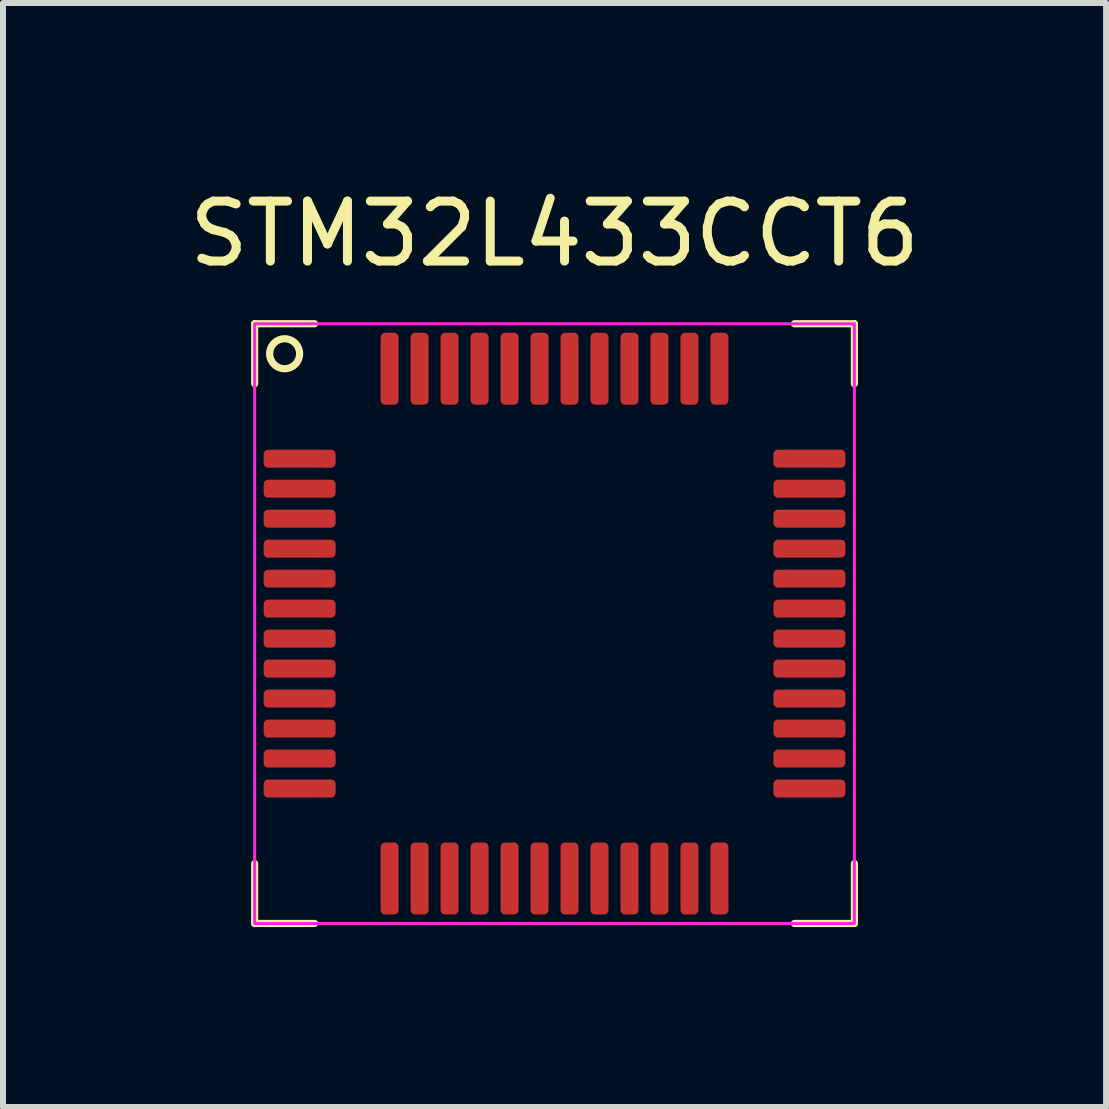
<source format=kicad_pcb>
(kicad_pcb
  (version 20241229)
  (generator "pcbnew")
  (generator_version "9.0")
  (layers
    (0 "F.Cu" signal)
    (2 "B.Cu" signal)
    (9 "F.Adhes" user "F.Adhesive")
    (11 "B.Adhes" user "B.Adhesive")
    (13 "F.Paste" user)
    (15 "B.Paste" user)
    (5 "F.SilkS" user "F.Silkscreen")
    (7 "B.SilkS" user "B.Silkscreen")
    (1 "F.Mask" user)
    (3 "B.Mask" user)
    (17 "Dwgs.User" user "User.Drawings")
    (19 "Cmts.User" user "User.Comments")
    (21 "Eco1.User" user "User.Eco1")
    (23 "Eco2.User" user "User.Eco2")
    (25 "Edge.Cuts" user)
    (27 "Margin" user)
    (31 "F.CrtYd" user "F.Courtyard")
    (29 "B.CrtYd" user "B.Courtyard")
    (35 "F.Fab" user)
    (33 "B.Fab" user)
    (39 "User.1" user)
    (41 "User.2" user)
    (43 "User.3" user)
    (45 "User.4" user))
  (footprint "STM32L433CCT6"
    (layer "F.Cu")
    (at 6.196 7.348)
    (property "Reference" "STM32L433CCT6" (at 0 -6.5 0) (unlocked yes) (layer "F.SilkS") (effects (font (size 1 1) (thickness 0.15))))
    (attr smd)
    (fp_line (start -5 -5) (end -5 -4) (stroke (width 0.12) (type solid)) (layer "F.SilkS"))
    (fp_line (start -5 4) (end -5 5) (stroke (width 0.12) (type solid)) (layer "F.SilkS"))
    (fp_line (start -5 5) (end -4 5) (stroke (width 0.12) (type solid)) (layer "F.SilkS"))
    (fp_line (start -4 -5) (end -5 -5) (stroke (width 0.12) (type solid)) (layer "F.SilkS"))
    (fp_line (start 5 -5) (end 4 -5) (stroke (width 0.12) (type solid)) (layer "F.SilkS"))
    (fp_line (start 5 -4) (end 5 -5) (stroke (width 0.12) (type solid)) (layer "F.SilkS"))
    (fp_line (start 5 4) (end 5 5) (stroke (width 0.12) (type solid)) (layer "F.SilkS"))
    (fp_line (start 5 5) (end 4 5) (stroke (width 0.12) (type solid)) (layer "F.SilkS"))
    (fp_circle (center -4.5 -4.5) (end -4.75 -4.5) (stroke (width 0.12) (type solid)) (fill no) (layer "F.SilkS"))
    (fp_rect (start 5 -5) (end -5 5) (stroke (width 0.05) (type solid)) (fill no) (layer "F.CrtYd"))
    (pad "1" smd roundrect (at -4.25 -2.75 270) (size 0.3 1.2) (layers "F.Cu" "F.Mask" "F.Paste") (roundrect_rratio 0.25))
    (pad "2" smd roundrect (at -4.25 -2.25 270) (size 0.3 1.2) (layers "F.Cu" "F.Mask" "F.Paste") (roundrect_rratio 0.25))
    (pad "3" smd roundrect (at -4.25 -1.75 270) (size 0.3 1.2) (layers "F.Cu" "F.Mask" "F.Paste") (roundrect_rratio 0.25))
    (pad "4" smd roundrect (at -4.25 -1.25 270) (size 0.3 1.2) (layers "F.Cu" "F.Mask" "F.Paste") (roundrect_rratio 0.25))
    (pad "5" smd roundrect (at -4.25 -0.75 270) (size 0.3 1.2) (layers "F.Cu" "F.Mask" "F.Paste") (roundrect_rratio 0.25))
    (pad "6" smd roundrect (at -4.25 -0.25 270) (size 0.3 1.2) (layers "F.Cu" "F.Mask" "F.Paste") (roundrect_rratio 0.25))
    (pad "7" smd roundrect (at -4.25 0.25 270) (size 0.3 1.2) (layers "F.Cu" "F.Mask" "F.Paste") (roundrect_rratio 0.25))
    (pad "8" smd roundrect (at -4.25 0.75 270) (size 0.3 1.2) (layers "F.Cu" "F.Mask" "F.Paste") (roundrect_rratio 0.25))
    (pad "9" smd roundrect (at -4.25 1.25 270) (size 0.3 1.2) (layers "F.Cu" "F.Mask" "F.Paste") (roundrect_rratio 0.25))
    (pad "10" smd roundrect (at -4.25 1.75 270) (size 0.3 1.2) (layers "F.Cu" "F.Mask" "F.Paste") (roundrect_rratio 0.25))
    (pad "11" smd roundrect (at -4.25 2.25 270) (size 0.3 1.2) (layers "F.Cu" "F.Mask" "F.Paste") (roundrect_rratio 0.25))
    (pad "12" smd roundrect (at -4.25 2.75 270) (size 0.3 1.2) (layers "F.Cu" "F.Mask" "F.Paste") (roundrect_rratio 0.25))
    (pad "13" smd roundrect (at -2.75 4.25) (size 0.3 1.2) (layers "F.Cu" "F.Mask" "F.Paste") (roundrect_rratio 0.25))
    (pad "14" smd roundrect (at -2.25 4.25) (size 0.3 1.2) (layers "F.Cu" "F.Mask" "F.Paste") (roundrect_rratio 0.25))
    (pad "15" smd roundrect (at -1.75 4.25) (size 0.3 1.2) (layers "F.Cu" "F.Mask" "F.Paste") (roundrect_rratio 0.25))
    (pad "16" smd roundrect (at -1.25 4.25) (size 0.3 1.2) (layers "F.Cu" "F.Mask" "F.Paste") (roundrect_rratio 0.25))
    (pad "17" smd roundrect (at -0.75 4.25) (size 0.3 1.2) (layers "F.Cu" "F.Mask" "F.Paste") (roundrect_rratio 0.25))
    (pad "18" smd roundrect (at -0.25 4.25) (size 0.3 1.2) (layers "F.Cu" "F.Mask" "F.Paste") (roundrect_rratio 0.25))
    (pad "19" smd roundrect (at 0.25 4.25) (size 0.3 1.2) (layers "F.Cu" "F.Mask" "F.Paste") (roundrect_rratio 0.25))
    (pad "20" smd roundrect (at 0.75 4.25) (size 0.3 1.2) (layers "F.Cu" "F.Mask" "F.Paste") (roundrect_rratio 0.25))
    (pad "21" smd roundrect (at 1.25 4.25) (size 0.3 1.2) (layers "F.Cu" "F.Mask" "F.Paste") (roundrect_rratio 0.25))
    (pad "22" smd roundrect (at 1.75 4.25) (size 0.3 1.2) (layers "F.Cu" "F.Mask" "F.Paste") (roundrect_rratio 0.25))
    (pad "23" smd roundrect (at 2.25 4.25) (size 0.3 1.2) (layers "F.Cu" "F.Mask" "F.Paste") (roundrect_rratio 0.25))
    (pad "24" smd roundrect (at 2.75 4.25) (size 0.3 1.2) (layers "F.Cu" "F.Mask" "F.Paste") (roundrect_rratio 0.25))
    (pad "25" smd roundrect (at 4.25 2.75 270) (size 0.3 1.2) (layers "F.Cu" "F.Mask" "F.Paste") (roundrect_rratio 0.25))
    (pad "26" smd roundrect (at 4.25 2.25 270) (size 0.3 1.2) (layers "F.Cu" "F.Mask" "F.Paste") (roundrect_rratio 0.25))
    (pad "27" smd roundrect (at 4.25 1.75 270) (size 0.3 1.2) (layers "F.Cu" "F.Mask" "F.Paste") (roundrect_rratio 0.25))
    (pad "28" smd roundrect (at 4.25 1.25 270) (size 0.3 1.2) (layers "F.Cu" "F.Mask" "F.Paste") (roundrect_rratio 0.25))
    (pad "29" smd roundrect (at 4.25 0.75 270) (size 0.3 1.2) (layers "F.Cu" "F.Mask" "F.Paste") (roundrect_rratio 0.25))
    (pad "30" smd roundrect (at 4.25 0.25 270) (size 0.3 1.2) (layers "F.Cu" "F.Mask" "F.Paste") (roundrect_rratio 0.25))
    (pad "31" smd roundrect (at 4.25 -0.25 270) (size 0.3 1.2) (layers "F.Cu" "F.Mask" "F.Paste") (roundrect_rratio 0.25))
    (pad "32" smd roundrect (at 4.25 -0.75 270) (size 0.3 1.2) (layers "F.Cu" "F.Mask" "F.Paste") (roundrect_rratio 0.25))
    (pad "33" smd roundrect (at 4.25 -1.25 270) (size 0.3 1.2) (layers "F.Cu" "F.Mask" "F.Paste") (roundrect_rratio 0.25))
    (pad "34" smd roundrect (at 4.25 -1.75 270) (size 0.3 1.2) (layers "F.Cu" "F.Mask" "F.Paste") (roundrect_rratio 0.25))
    (pad "35" smd roundrect (at 4.25 -2.25 270) (size 0.3 1.2) (layers "F.Cu" "F.Mask" "F.Paste") (roundrect_rratio 0.25))
    (pad "36" smd roundrect (at 4.25 -2.75 270) (size 0.3 1.2) (layers "F.Cu" "F.Mask" "F.Paste") (roundrect_rratio 0.25))
    (pad "37" smd roundrect (at 2.75 -4.25) (size 0.3 1.2) (layers "F.Cu" "F.Mask" "F.Paste") (roundrect_rratio 0.25))
    (pad "38" smd roundrect (at 2.25 -4.25) (size 0.3 1.2) (layers "F.Cu" "F.Mask" "F.Paste") (roundrect_rratio 0.25))
    (pad "39" smd roundrect (at 1.75 -4.25) (size 0.3 1.2) (layers "F.Cu" "F.Mask" "F.Paste") (roundrect_rratio 0.25))
    (pad "40" smd roundrect (at 1.25 -4.25) (size 0.3 1.2) (layers "F.Cu" "F.Mask" "F.Paste") (roundrect_rratio 0.25))
    (pad "41" smd roundrect (at 0.75 -4.25) (size 0.3 1.2) (layers "F.Cu" "F.Mask" "F.Paste") (roundrect_rratio 0.25))
    (pad "42" smd roundrect (at 0.25 -4.25) (size 0.3 1.2) (layers "F.Cu" "F.Mask" "F.Paste") (roundrect_rratio 0.25))
    (pad "43" smd roundrect (at -0.25 -4.25) (size 0.3 1.2) (layers "F.Cu" "F.Mask" "F.Paste") (roundrect_rratio 0.25))
    (pad "44" smd roundrect (at -0.75 -4.25) (size 0.3 1.2) (layers "F.Cu" "F.Mask" "F.Paste") (roundrect_rratio 0.25))
    (pad "45" smd roundrect (at -1.25 -4.25) (size 0.3 1.2) (layers "F.Cu" "F.Mask" "F.Paste") (roundrect_rratio 0.25))
    (pad "46" smd roundrect (at -1.75 -4.25) (size 0.3 1.2) (layers "F.Cu" "F.Mask" "F.Paste") (roundrect_rratio 0.25))
    (pad "47" smd roundrect (at -2.25 -4.25) (size 0.3 1.2) (layers "F.Cu" "F.Mask" "F.Paste") (roundrect_rratio 0.25))
    (pad "48" smd roundrect (at -2.75 -4.25) (size 0.3 1.2) (layers "F.Cu" "F.Mask" "F.Paste") (roundrect_rratio 0.25)))
  (gr_rect
    (start -3 -3)
    (end 15.393 15.408)
    (stroke (width 0.1) (type default))
    (fill no)
    (layer "Edge.Cuts")))
</source>
